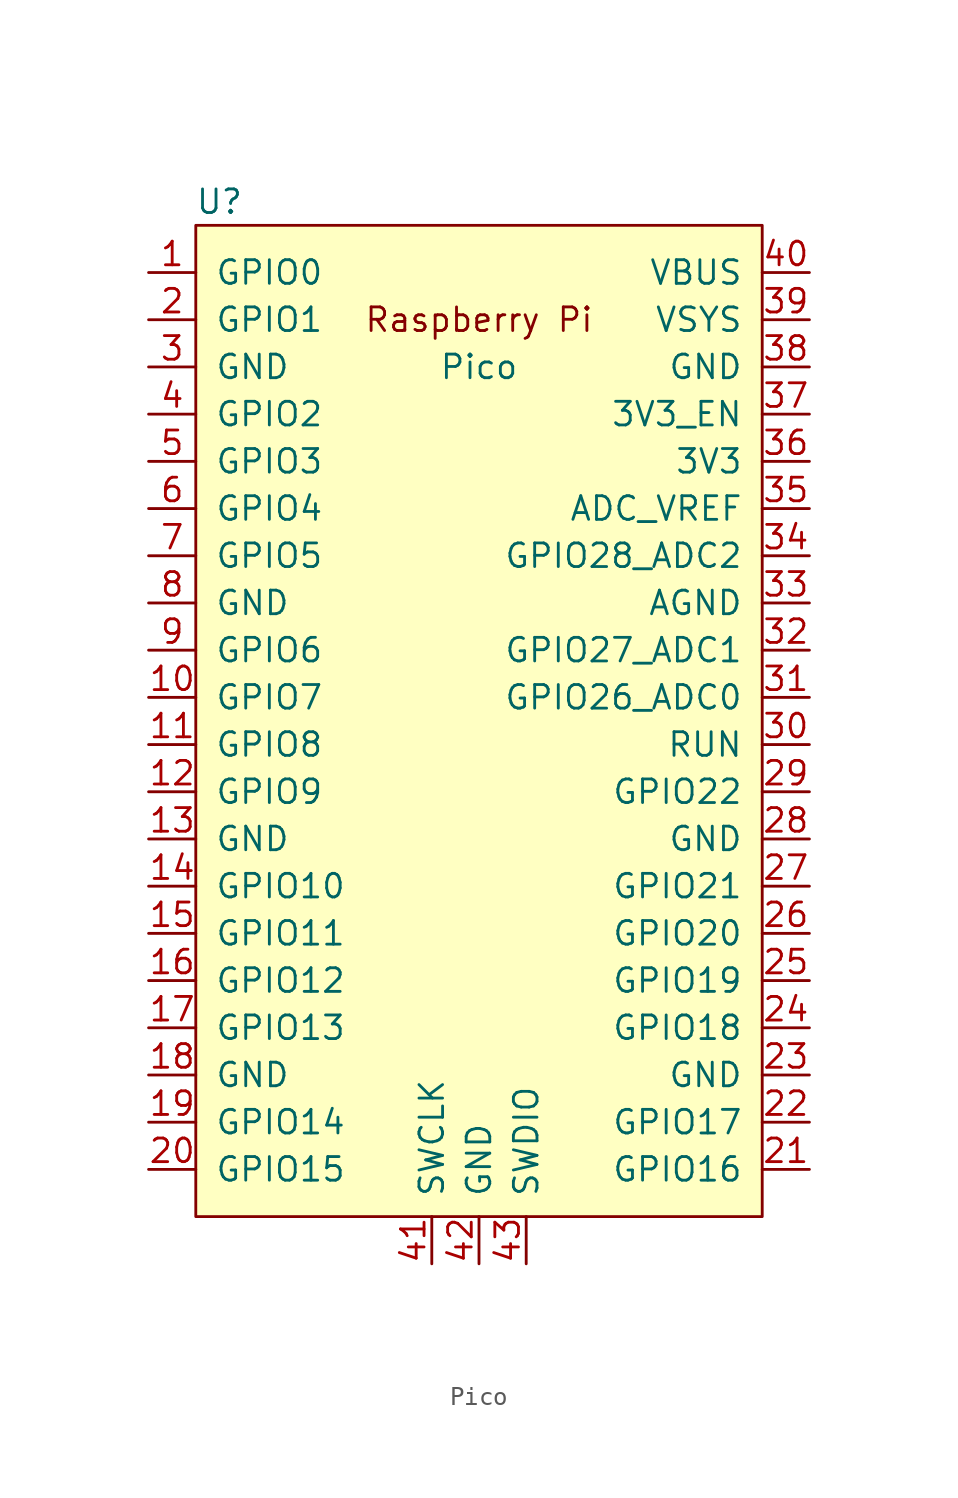
<source format=kicad_sym>
(kicad_symbol_lib
  (version 20220914)
  (generator kicad_symbol_editor)
  (symbol "Pico"
    (pin_names
      (offset 1.016))
    (property "Reference" "U"
      (at -13.97 27.94 0)
      (effects (font (size 1.27 1.27))))
    (property "Value" "Pico"
      (at 0 19.05 0)
      (effects (font (size 1.27 1.27))))
    (symbol "Pico_0_0"
      (text "Raspberry Pi" (at 0 21.59 0) (effects (font (size 1.27 1.27)))))
    (symbol "Pico_0_1"
      (rectangle (start -15.24 26.67) (end 15.24 -26.67) (stroke (width 0) (type solid)) (fill (type background))))
    (symbol "Pico_1_1"
      (pin bidirectional line (at -17.78 24.13 0) (length 2.54) (name "GPIO0" (effects (font (size 1.27 1.27)))) (number "1" (effects (font (size 1.27 1.27)))))
      (pin bidirectional line (at -17.78 1.27 0) (length 2.54) (name "GPIO7" (effects (font (size 1.27 1.27)))) (number "10" (effects (font (size 1.27 1.27)))))
      (pin bidirectional line (at -17.78 -1.27 0) (length 2.54) (name "GPIO8" (effects (font (size 1.27 1.27)))) (number "11" (effects (font (size 1.27 1.27)))))
      (pin bidirectional line (at -17.78 -3.81 0) (length 2.54) (name "GPIO9" (effects (font (size 1.27 1.27)))) (number "12" (effects (font (size 1.27 1.27)))))
      (pin power_in line (at -17.78 -6.35 0) (length 2.54) (name "GND" (effects (font (size 1.27 1.27)))) (number "13" (effects (font (size 1.27 1.27)))))
      (pin bidirectional line (at -17.78 -8.89 0) (length 2.54) (name "GPIO10" (effects (font (size 1.27 1.27)))) (number "14" (effects (font (size 1.27 1.27)))))
      (pin bidirectional line (at -17.78 -11.43 0) (length 2.54) (name "GPIO11" (effects (font (size 1.27 1.27)))) (number "15" (effects (font (size 1.27 1.27)))))
      (pin bidirectional line (at -17.78 -13.97 0) (length 2.54) (name "GPIO12" (effects (font (size 1.27 1.27)))) (number "16" (effects (font (size 1.27 1.27)))))
      (pin bidirectional line (at -17.78 -16.51 0) (length 2.54) (name "GPIO13" (effects (font (size 1.27 1.27)))) (number "17" (effects (font (size 1.27 1.27)))))
      (pin power_in line (at -17.78 -19.05 0) (length 2.54) (name "GND" (effects (font (size 1.27 1.27)))) (number "18" (effects (font (size 1.27 1.27)))))
      (pin bidirectional line (at -17.78 -21.59 0) (length 2.54) (name "GPIO14" (effects (font (size 1.27 1.27)))) (number "19" (effects (font (size 1.27 1.27)))))
      (pin bidirectional line (at -17.78 21.59 0) (length 2.54) (name "GPIO1" (effects (font (size 1.27 1.27)))) (number "2" (effects (font (size 1.27 1.27)))))
      (pin bidirectional line (at -17.78 -24.13 0) (length 2.54) (name "GPIO15" (effects (font (size 1.27 1.27)))) (number "20" (effects (font (size 1.27 1.27)))))
      (pin bidirectional line (at 17.78 -24.13 180) (length 2.54) (name "GPIO16" (effects (font (size 1.27 1.27)))) (number "21" (effects (font (size 1.27 1.27)))))
      (pin bidirectional line (at 17.78 -21.59 180) (length 2.54) (name "GPIO17" (effects (font (size 1.27 1.27)))) (number "22" (effects (font (size 1.27 1.27)))))
      (pin power_in line (at 17.78 -19.05 180) (length 2.54) (name "GND" (effects (font (size 1.27 1.27)))) (number "23" (effects (font (size 1.27 1.27)))))
      (pin bidirectional line (at 17.78 -16.51 180) (length 2.54) (name "GPIO18" (effects (font (size 1.27 1.27)))) (number "24" (effects (font (size 1.27 1.27)))))
      (pin bidirectional line (at 17.78 -13.97 180) (length 2.54) (name "GPIO19" (effects (font (size 1.27 1.27)))) (number "25" (effects (font (size 1.27 1.27)))))
      (pin bidirectional line (at 17.78 -11.43 180) (length 2.54) (name "GPIO20" (effects (font (size 1.27 1.27)))) (number "26" (effects (font (size 1.27 1.27)))))
      (pin bidirectional line (at 17.78 -8.89 180) (length 2.54) (name "GPIO21" (effects (font (size 1.27 1.27)))) (number "27" (effects (font (size 1.27 1.27)))))
      (pin power_in line (at 17.78 -6.35 180) (length 2.54) (name "GND" (effects (font (size 1.27 1.27)))) (number "28" (effects (font (size 1.27 1.27)))))
      (pin bidirectional line (at 17.78 -3.81 180) (length 2.54) (name "GPIO22" (effects (font (size 1.27 1.27)))) (number "29" (effects (font (size 1.27 1.27)))))
      (pin power_in line (at -17.78 19.05 0) (length 2.54) (name "GND" (effects (font (size 1.27 1.27)))) (number "3" (effects (font (size 1.27 1.27)))))
      (pin input line (at 17.78 -1.27 180) (length 2.54) (name "RUN" (effects (font (size 1.27 1.27)))) (number "30" (effects (font (size 1.27 1.27)))))
      (pin bidirectional line (at 17.78 1.27 180) (length 2.54) (name "GPIO26_ADC0" (effects (font (size 1.27 1.27)))) (number "31" (effects (font (size 1.27 1.27)))))
      (pin bidirectional line (at 17.78 3.81 180) (length 2.54) (name "GPIO27_ADC1" (effects (font (size 1.27 1.27)))) (number "32" (effects (font (size 1.27 1.27)))))
      (pin power_in line (at 17.78 6.35 180) (length 2.54) (name "AGND" (effects (font (size 1.27 1.27)))) (number "33" (effects (font (size 1.27 1.27)))))
      (pin bidirectional line (at 17.78 8.89 180) (length 2.54) (name "GPIO28_ADC2" (effects (font (size 1.27 1.27)))) (number "34" (effects (font (size 1.27 1.27)))))
      (pin input line (at 17.78 11.43 180) (length 2.54) (name "ADC_VREF" (effects (font (size 1.27 1.27)))) (number "35" (effects (font (size 1.27 1.27)))))
      (pin power_out line (at 17.78 13.97 180) (length 2.54) (name "3V3" (effects (font (size 1.27 1.27)))) (number "36" (effects (font (size 1.27 1.27)))))
      (pin input line (at 17.78 16.51 180) (length 2.54) (name "3V3_EN" (effects (font (size 1.27 1.27)))) (number "37" (effects (font (size 1.27 1.27)))))
      (pin power_in line (at 17.78 19.05 180) (length 2.54) (name "GND" (effects (font (size 1.27 1.27)))) (number "38" (effects (font (size 1.27 1.27)))))
      (pin power_in line (at 17.78 21.59 180) (length 2.54) (name "VSYS" (effects (font (size 1.27 1.27)))) (number "39" (effects (font (size 1.27 1.27)))))
      (pin bidirectional line (at -17.78 16.51 0) (length 2.54) (name "GPIO2" (effects (font (size 1.27 1.27)))) (number "4" (effects (font (size 1.27 1.27)))))
      (pin power_out line (at 17.78 24.13 180) (length 2.54) (name "VBUS" (effects (font (size 1.27 1.27)))) (number "40" (effects (font (size 1.27 1.27)))))
      (pin input line (at -2.54 -29.21 90) (length 2.54) (name "SWCLK" (effects (font (size 1.27 1.27)))) (number "41" (effects (font (size 1.27 1.27)))))
      (pin power_in line (at 0 -29.21 90) (length 2.54) (name "GND" (effects (font (size 1.27 1.27)))) (number "42" (effects (font (size 1.27 1.27)))))
      (pin bidirectional line (at 2.54 -29.21 90) (length 2.54) (name "SWDIO" (effects (font (size 1.27 1.27)))) (number "43" (effects (font (size 1.27 1.27)))))
      (pin bidirectional line (at -17.78 13.97 0) (length 2.54) (name "GPIO3" (effects (font (size 1.27 1.27)))) (number "5" (effects (font (size 1.27 1.27)))))
      (pin bidirectional line (at -17.78 11.43 0) (length 2.54) (name "GPIO4" (effects (font (size 1.27 1.27)))) (number "6" (effects (font (size 1.27 1.27)))))
      (pin bidirectional line (at -17.78 8.89 0) (length 2.54) (name "GPIO5" (effects (font (size 1.27 1.27)))) (number "7" (effects (font (size 1.27 1.27)))))
      (pin power_in line (at -17.78 6.35 0) (length 2.54) (name "GND" (effects (font (size 1.27 1.27)))) (number "8" (effects (font (size 1.27 1.27)))))
      (pin bidirectional line (at -17.78 3.81 0) (length 2.54) (name "GPIO6" (effects (font (size 1.27 1.27)))) (number "9" (effects (font (size 1.27 1.27))))))))
</source>
